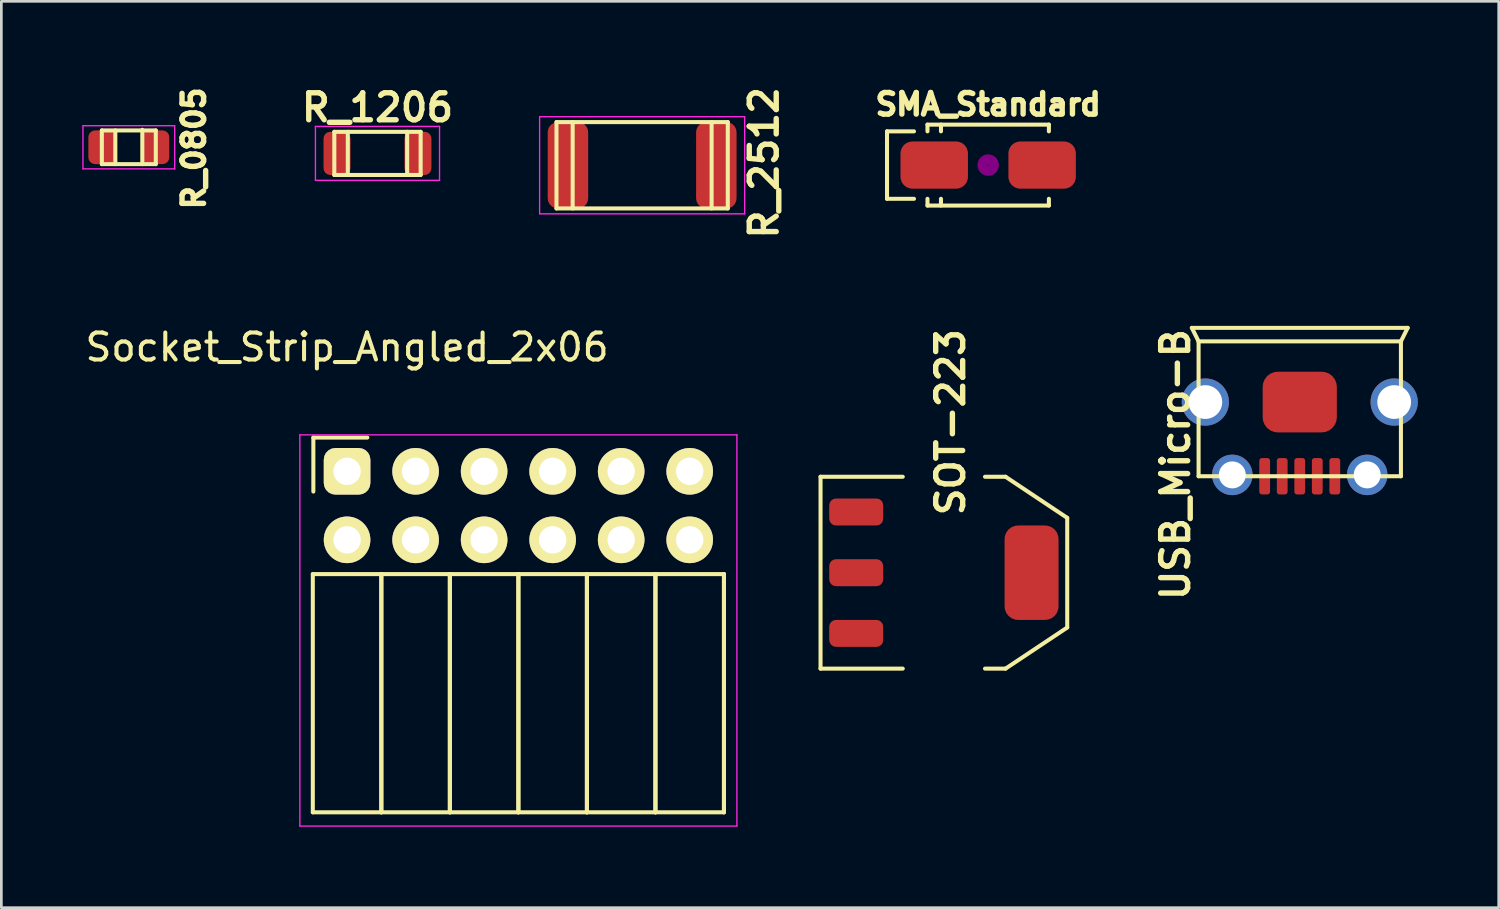
<source format=kicad_pcb>
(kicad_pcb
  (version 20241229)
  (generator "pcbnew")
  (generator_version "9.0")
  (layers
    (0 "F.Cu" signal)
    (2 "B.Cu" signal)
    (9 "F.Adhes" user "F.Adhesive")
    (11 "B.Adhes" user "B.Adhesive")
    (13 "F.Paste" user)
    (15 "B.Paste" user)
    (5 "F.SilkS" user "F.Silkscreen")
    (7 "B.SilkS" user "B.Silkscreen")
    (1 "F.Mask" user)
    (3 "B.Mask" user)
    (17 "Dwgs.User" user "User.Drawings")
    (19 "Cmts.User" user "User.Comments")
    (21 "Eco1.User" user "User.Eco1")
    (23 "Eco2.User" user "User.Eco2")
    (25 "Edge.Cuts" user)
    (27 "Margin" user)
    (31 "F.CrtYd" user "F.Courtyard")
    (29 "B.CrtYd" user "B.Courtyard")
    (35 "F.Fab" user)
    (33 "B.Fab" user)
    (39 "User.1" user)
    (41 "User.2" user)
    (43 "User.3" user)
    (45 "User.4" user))
  (footprint "R_0805"
    (layer "F.Cu")
    (at 1.725 2.409)
    (property "Reference" "R_0805" (at 2.412 0.04 90) (layer "F.SilkS") (effects (font (size 0.8 0.8) (thickness 0.2))))
    (attr smd)
    (fp_line (start -1 -0.625) (end -1 0.625) (stroke (width 0.15) (type solid)) (layer "F.SilkS"))
    (fp_line (start -1 0.625) (end 1 0.625) (stroke (width 0.15) (type solid)) (layer "F.SilkS"))
    (fp_line (start -0.5 -0.625) (end -0.5 0.625) (stroke (width 0.15) (type solid)) (layer "F.SilkS"))
    (fp_line (start 0.5 -0.65) (end 0.5 0.625) (stroke (width 0.15) (type solid)) (layer "F.SilkS"))
    (fp_line (start 1 -0.625) (end -1 -0.625) (stroke (width 0.15) (type solid)) (layer "F.SilkS"))
    (fp_line (start 1 0.625) (end 1 -0.625) (stroke (width 0.15) (type solid)) (layer "F.SilkS"))
    (fp_line (start -1.7 -0.8) (end -1.7 0.8) (stroke (width 0.05) (type solid)) (layer "F.CrtYd"))
    (fp_line (start -1.7 -0.8) (end 1.7 -0.8) (stroke (width 0.05) (type solid)) (layer "F.CrtYd"))
    (fp_line (start -1.7 0.8) (end 1.7 0.8) (stroke (width 0.05) (type solid)) (layer "F.CrtYd"))
    (fp_line (start 1.7 -0.8) (end 1.7 0.8) (stroke (width 0.05) (type solid)) (layer "F.CrtYd"))
    (pad "1" smd roundrect (at -1 0) (size 1 1.25) (layers "F.Cu" "F.Mask" "F.Paste") (roundrect_rratio 0.25))
    (pad "2" smd roundrect (at 1 0) (size 1 1.25) (layers "F.Cu" "F.Mask" "F.Paste") (roundrect_rratio 0.25)))
  (footprint "R_2512"
    (layer "F.Cu")
    (at 20.752 3.076)
    (property "Reference" "R_2512" (at 4.518 -0.09 90) (layer "F.SilkS") (effects (font (size 1 1) (thickness 0.2))))
    (attr smd)
    (fp_line (start -3.175 -1.6) (end -3.175 1.6) (stroke (width 0.15) (type solid)) (layer "F.SilkS"))
    (fp_line (start -3.175 1.6) (end 3.175 1.6) (stroke (width 0.15) (type solid)) (layer "F.SilkS"))
    (fp_line (start -2.575 -1.6) (end -2.575 1.6) (stroke (width 0.15) (type solid)) (layer "F.SilkS"))
    (fp_line (start 2.575 1.6) (end 2.575 -1.6) (stroke (width 0.15) (type solid)) (layer "F.SilkS"))
    (fp_line (start 3.175 -1.6) (end -3.175 -1.6) (stroke (width 0.15) (type solid)) (layer "F.SilkS"))
    (fp_line (start 3.175 1.6) (end 3.175 -1.6) (stroke (width 0.15) (type solid)) (layer "F.SilkS"))
    (fp_line (start -3.8 -1.8) (end -3.8 1.8) (stroke (width 0.05) (type solid)) (layer "F.CrtYd"))
    (fp_line (start -3.8 -1.8) (end 3.8 -1.8) (stroke (width 0.05) (type solid)) (layer "F.CrtYd"))
    (fp_line (start -3.8 1.8) (end 3.8 1.8) (stroke (width 0.05) (type solid)) (layer "F.CrtYd"))
    (fp_line (start 3.8 -1.8) (end 3.8 1.8) (stroke (width 0.05) (type solid)) (layer "F.CrtYd"))
    (pad "1" smd roundrect (at -2.75 0) (size 1.5 3.2) (layers "F.Cu" "F.Mask" "F.Paste") (roundrect_rratio 0.25))
    (pad "2" smd roundrect (at 2.75 0) (size 1.5 3.2) (layers "F.Cu" "F.Mask" "F.Paste") (roundrect_rratio 0.25)))
  (footprint "SOT-223"
    (layer "F.Cu")
    (at 31.937 18.178)
    (property "Reference" "SOT-223" (at 0.244 -5.578 90) (layer "F.SilkS") (effects (font (size 1 1) (thickness 0.2))))
    (attr smd)
    (fp_line (start -4.572 -3.556) (end -4.572 3.556) (stroke (width 0.15) (type solid)) (layer "F.SilkS"))
    (fp_line (start -4.572 3.556) (end -1.524 3.556) (stroke (width 0.15) (type solid)) (layer "F.SilkS"))
    (fp_line (start -1.524 -3.556) (end -4.572 -3.556) (stroke (width 0.15) (type solid)) (layer "F.SilkS"))
    (fp_line (start 1.524 -3.556) (end 2.286 -3.556) (stroke (width 0.15) (type solid)) (layer "F.SilkS"))
    (fp_line (start 2.286 -3.556) (end 4.572 -2.032) (stroke (width 0.15) (type solid)) (layer "F.SilkS"))
    (fp_line (start 2.286 3.556) (end 1.524 3.556) (stroke (width 0.15) (type solid)) (layer "F.SilkS"))
    (fp_line (start 4.572 -2.032) (end 4.572 2.032) (stroke (width 0.15) (type solid)) (layer "F.SilkS"))
    (fp_line (start 4.572 2.032) (end 2.286 3.556) (stroke (width 0.15) (type solid)) (layer "F.SilkS"))
    (pad "1" smd roundrect (at -3.25 -2.25 270) (size 1 2) (layers "F.Cu" "F.Mask" "F.Paste") (roundrect_rratio 0.25))
    (pad "2" smd roundrect (at -3.25 0 270) (size 1 2) (layers "F.Cu" "F.Mask" "F.Paste") (roundrect_rratio 0.25))
    (pad "2" smd roundrect (at 3.25 0 270) (size 3.5 2) (layers "F.Cu" "F.Mask" "F.Paste") (roundrect_rratio 0.25))
    (pad "3" smd roundrect (at -3.25 2.25 270) (size 1 2) (layers "F.Cu" "F.Mask" "F.Paste") (roundrect_rratio 0.25)))
  (footprint "R_1206"
    (layer "F.Cu")
    (at 10.942 2.636)
    (property "Reference" "R_1206" (at 0 -1.7 0) (layer "F.SilkS") (effects (font (size 1 1) (thickness 0.2))))
    (attr smd)
    (fp_line (start -1.6 -0.8) (end -1.6 0.8) (stroke (width 0.15) (type solid)) (layer "F.SilkS"))
    (fp_line (start -1.6 0.8) (end 1.6 0.8) (stroke (width 0.15) (type solid)) (layer "F.SilkS"))
    (fp_line (start -1.1 -0.8) (end -1.1 0.8) (stroke (width 0.15) (type solid)) (layer "F.SilkS"))
    (fp_line (start 1.1 -0.8) (end 1.1 0.8) (stroke (width 0.15) (type solid)) (layer "F.SilkS"))
    (fp_line (start 1.6 -0.8) (end -1.6 -0.8) (stroke (width 0.15) (type solid)) (layer "F.SilkS"))
    (fp_line (start 1.6 0.8) (end 1.6 -0.8) (stroke (width 0.15) (type solid)) (layer "F.SilkS"))
    (fp_line (start -2.3 -1) (end -2.3 1) (stroke (width 0.05) (type solid)) (layer "F.CrtYd"))
    (fp_line (start -2.3 -1) (end 2.3 -1) (stroke (width 0.05) (type solid)) (layer "F.CrtYd"))
    (fp_line (start -2.3 1) (end 2.3 1) (stroke (width 0.05) (type solid)) (layer "F.CrtYd"))
    (fp_line (start 2.3 -1) (end 2.3 1) (stroke (width 0.05) (type solid)) (layer "F.CrtYd"))
    (pad "1" smd roundrect (at -1.5 0) (size 1 1.6) (layers "F.Cu" "F.Mask" "F.Paste") (roundrect_rratio 0.25))
    (pad "2" smd roundrect (at 1.5 0) (size 1 1.6) (layers "F.Cu" "F.Mask" "F.Paste") (roundrect_rratio 0.25)))
  (footprint "USB_Micro-B"
    (layer "F.Cu")
    (at 45.128 11.853)
    (property "Reference" "USB_Micro-B" (at -4.608 2.318 270) (layer "F.SilkS") (effects (font (size 1 1) (thickness 0.2))))
    (attr smd)
    (fp_line (start -4 -2.75) (end -3.75 -2.25) (stroke (width 0.15) (type solid)) (layer "F.SilkS"))
    (fp_line (start -3.75 -2.25) (end -3.75 2.75) (stroke (width 0.15) (type solid)) (layer "F.SilkS"))
    (fp_line (start -3.75 -2.25) (end 3.75 -2.25) (stroke (width 0.15) (type solid)) (layer "F.SilkS"))
    (fp_line (start 3.75 -2.25) (end 4 -2.75) (stroke (width 0.15) (type solid)) (layer "F.SilkS"))
    (fp_line (start 3.75 2.75) (end -3.75 2.75) (stroke (width 0.15) (type solid)) (layer "F.SilkS"))
    (fp_line (start 3.75 2.75) (end 3.75 -2.25) (stroke (width 0.15) (type solid)) (layer "F.SilkS"))
    (fp_line (start 4 -2.75) (end -4 -2.75) (stroke (width 0.15) (type solid)) (layer "F.SilkS"))
    (pad "1" smd roundrect (at 1.3 2.75 270) (size 1.35 0.4) (layers "F.Cu" "F.Mask" "F.Paste") (roundrect_rratio 0.25))
    (pad "2" smd roundrect (at 0.65 2.75 270) (size 1.35 0.4) (layers "F.Cu" "F.Mask" "F.Paste") (roundrect_rratio 0.25))
    (pad "3" smd roundrect (at 0 2.75 270) (size 1.35 0.4) (layers "F.Cu" "F.Mask" "F.Paste") (roundrect_rratio 0.25))
    (pad "4" smd roundrect (at -0.65 2.75 270) (size 1.35 0.4) (layers "F.Cu" "F.Mask" "F.Paste") (roundrect_rratio 0.25))
    (pad "5" smd roundrect (at -1.3 2.75 270) (size 1.35 0.4) (layers "F.Cu" "F.Mask" "F.Paste") (roundrect_rratio 0.25))
    (pad "6" thru_hole circle (at -3.5 0 270) (size 1.75 1.75) (drill 1.25) (layers "*.Cu" "*.Mask" "F.Paste"))
    (pad "6" thru_hole circle (at -2.5 2.7 270) (size 1.5 1.5) (drill 1) (layers "*.Cu" "*.Mask" "F.Paste"))
    (pad "6" smd roundrect (at 0 0) (size 2.75 2.25) (layers "F.Cu" "F.Mask" "F.Paste") (roundrect_rratio 0.25))
    (pad "6" thru_hole circle (at 2.5 2.7 270) (size 1.5 1.5) (drill 1) (layers "*.Cu" "*.Mask" "F.Paste"))
    (pad "6" thru_hole circle (at 3.5 0 270) (size 1.75 1.75) (drill 1.25) (layers "*.Cu" "*.Mask" "F.Paste")))
  (footprint "SMA_Standard"
    (layer "F.Cu")
    (at 33.579 3.069)
    (property "Reference" "SMA_Standard" (at 0 -2.25 0) (layer "F.SilkS") (effects (font (size 0.8 0.8) (thickness 0.2))))
    (attr smd)
    (fp_line (start -3.75 -1.25) (end -3.75 1.25) (stroke (width 0.15) (type solid)) (layer "F.SilkS"))
    (fp_line (start -3.75 1.25) (end -2.75 1.25) (stroke (width 0.15) (type solid)) (layer "F.SilkS"))
    (fp_line (start -2.75 -1.25) (end -3.75 -1.25) (stroke (width 0.15) (type solid)) (layer "F.SilkS"))
    (fp_line (start -2.25 -1.5) (end 2.25 -1.5) (stroke (width 0.15) (type solid)) (layer "F.SilkS"))
    (fp_line (start -2.25 -1.25) (end -2.25 -1.5) (stroke (width 0.15) (type solid)) (layer "F.SilkS"))
    (fp_line (start -2.25 1.5) (end -2.25 1.25) (stroke (width 0.15) (type solid)) (layer "F.SilkS"))
    (fp_line (start -2.25 1.5) (end 2.25 1.5) (stroke (width 0.15) (type solid)) (layer "F.SilkS"))
    (fp_line (start -1.75 -1.25) (end -1.75 -1.5) (stroke (width 0.15) (type solid)) (layer "F.SilkS"))
    (fp_line (start -1.75 1.5) (end -1.75 1.25) (stroke (width 0.15) (type solid)) (layer "F.SilkS"))
    (fp_line (start 2.25 -1.25) (end 2.25 -1.5) (stroke (width 0.15) (type solid)) (layer "F.SilkS"))
    (fp_line (start 2.25 1.5) (end 2.25 1.25) (stroke (width 0.15) (type solid)) (layer "F.SilkS"))
    (fp_circle (center 0 0) (end 0.201 -0.051) (stroke (width 0.381) (type solid)) (fill no) (layer "F.Adhes"))
    (pad "1" smd roundrect (at -2 0) (size 2.5 1.75) (layers "F.Cu" "F.Mask" "F.Paste") (roundrect_rratio 0.25))
    (pad "2" smd roundrect (at 2 0) (size 2.5 1.75) (layers "F.Cu" "F.Mask" "F.Paste") (roundrect_rratio 0.25)))
  (footprint "Socket_Strip_Angled_2x06"
    (layer "F.Cu")
    (at 9.815 14.42)
    (property "Reference" "Socket_Strip_Angled_2x06" (at 0 -4.6 0) (layer "F.SilkS") (effects (font (size 1 1) (thickness 0.15))))
    (attr through_hole)
    (fp_line (start -1.27 3.81) (end -1.27 12.64) (stroke (width 0.15) (type solid)) (layer "F.SilkS"))
    (fp_line (start -1.27 3.81) (end 1.27 3.81) (stroke (width 0.15) (type solid)) (layer "F.SilkS"))
    (fp_line (start -1.27 12.64) (end 1.27 12.64) (stroke (width 0.15) (type solid)) (layer "F.SilkS"))
    (fp_line (start -1.25 -1.25) (end -1.25 0.75) (stroke (width 0.15) (type solid)) (layer "F.SilkS"))
    (fp_line (start 0.75 -1.25) (end -1.25 -1.25) (stroke (width 0.15) (type solid)) (layer "F.SilkS"))
    (fp_line (start 1.27 3.81) (end 1.27 12.64) (stroke (width 0.15) (type solid)) (layer "F.SilkS"))
    (fp_line (start 1.27 3.81) (end 3.81 3.81) (stroke (width 0.15) (type solid)) (layer "F.SilkS"))
    (fp_line (start 1.27 12.64) (end 1.27 3.81) (stroke (width 0.15) (type solid)) (layer "F.SilkS"))
    (fp_line (start 1.27 12.64) (end 3.81 12.64) (stroke (width 0.15) (type solid)) (layer "F.SilkS"))
    (fp_line (start 3.81 3.81) (end 3.81 12.64) (stroke (width 0.15) (type solid)) (layer "F.SilkS"))
    (fp_line (start 3.81 3.81) (end 6.35 3.81) (stroke (width 0.15) (type solid)) (layer "F.SilkS"))
    (fp_line (start 3.81 12.64) (end 3.81 3.81) (stroke (width 0.15) (type solid)) (layer "F.SilkS"))
    (fp_line (start 3.81 12.64) (end 6.35 12.64) (stroke (width 0.15) (type solid)) (layer "F.SilkS"))
    (fp_line (start 6.35 3.81) (end 6.35 12.64) (stroke (width 0.15) (type solid)) (layer "F.SilkS"))
    (fp_line (start 6.35 3.81) (end 8.89 3.81) (stroke (width 0.15) (type solid)) (layer "F.SilkS"))
    (fp_line (start 6.35 12.64) (end 6.35 3.81) (stroke (width 0.15) (type solid)) (layer "F.SilkS"))
    (fp_line (start 6.35 12.64) (end 8.89 12.64) (stroke (width 0.15) (type solid)) (layer "F.SilkS"))
    (fp_line (start 8.89 3.81) (end 8.89 12.64) (stroke (width 0.15) (type solid)) (layer "F.SilkS"))
    (fp_line (start 8.89 3.81) (end 11.43 3.81) (stroke (width 0.15) (type solid)) (layer "F.SilkS"))
    (fp_line (start 8.89 12.64) (end 8.89 3.81) (stroke (width 0.15) (type solid)) (layer "F.SilkS"))
    (fp_line (start 8.89 12.64) (end 11.43 12.64) (stroke (width 0.15) (type solid)) (layer "F.SilkS"))
    (fp_line (start 11.43 3.81) (end 11.43 12.64) (stroke (width 0.15) (type solid)) (layer "F.SilkS"))
    (fp_line (start 11.43 3.81) (end 13.97 3.81) (stroke (width 0.15) (type solid)) (layer "F.SilkS"))
    (fp_line (start 11.43 12.64) (end 11.43 3.81) (stroke (width 0.15) (type solid)) (layer "F.SilkS"))
    (fp_line (start 11.43 12.64) (end 13.97 12.64) (stroke (width 0.15) (type solid)) (layer "F.SilkS"))
    (fp_line (start 13.97 3.81) (end 13.97 12.64) (stroke (width 0.15) (type solid)) (layer "F.SilkS"))
    (fp_line (start 13.97 12.64) (end 13.97 3.81) (stroke (width 0.15) (type solid)) (layer "F.SilkS"))
    (fp_line (start -1.75 -1.35) (end -1.75 13.15) (stroke (width 0.05) (type solid)) (layer "F.CrtYd"))
    (fp_line (start -1.75 -1.35) (end 14.45 -1.35) (stroke (width 0.05) (type solid)) (layer "F.CrtYd"))
    (fp_line (start -1.75 13.15) (end 14.45 13.15) (stroke (width 0.05) (type solid)) (layer "F.CrtYd"))
    (fp_line (start 14.45 -1.35) (end 14.45 13.15) (stroke (width 0.05) (type solid)) (layer "F.CrtYd"))
    (pad "1" thru_hole roundrect (at 0 0) (size 1.727 1.727) (drill 1.016) (layers "*.Cu" "*.Mask" "F.SilkS") (roundrect_rratio 0.25))
    (pad "2" thru_hole oval (at 0 2.54) (size 1.727 1.727) (drill 1.016) (layers "*.Cu" "*.Mask" "F.SilkS"))
    (pad "3" thru_hole oval (at 2.54 0) (size 1.727 1.727) (drill 1.016) (layers "*.Cu" "*.Mask" "F.SilkS"))
    (pad "4" thru_hole oval (at 2.54 2.54) (size 1.727 1.727) (drill 1.016) (layers "*.Cu" "*.Mask" "F.SilkS"))
    (pad "5" thru_hole oval (at 5.08 0) (size 1.727 1.727) (drill 1.016) (layers "*.Cu" "*.Mask" "F.SilkS"))
    (pad "6" thru_hole oval (at 5.08 2.54) (size 1.727 1.727) (drill 1.016) (layers "*.Cu" "*.Mask" "F.SilkS"))
    (pad "7" thru_hole oval (at 7.62 0) (size 1.727 1.727) (drill 1.016) (layers "*.Cu" "*.Mask" "F.SilkS"))
    (pad "8" thru_hole oval (at 7.62 2.54) (size 1.727 1.727) (drill 1.016) (layers "*.Cu" "*.Mask" "F.SilkS"))
    (pad "9" thru_hole oval (at 10.16 0) (size 1.727 1.727) (drill 1.016) (layers "*.Cu" "*.Mask" "F.SilkS"))
    (pad "10" thru_hole oval (at 10.16 2.54) (size 1.727 1.727) (drill 1.016) (layers "*.Cu" "*.Mask" "F.SilkS"))
    (pad "11" thru_hole oval (at 12.7 0) (size 1.727 1.727) (drill 1.016) (layers "*.Cu" "*.Mask" "F.SilkS"))
    (pad "12" thru_hole oval (at 12.7 2.54) (size 1.727 1.727) (drill 1.016) (layers "*.Cu" "*.Mask" "F.SilkS")))
  (gr_rect
    (start -3 -3)
    (end 52.503 30.595)
    (stroke (width 0.1) (type default))
    (fill no)
    (layer "Edge.Cuts")))
</source>
